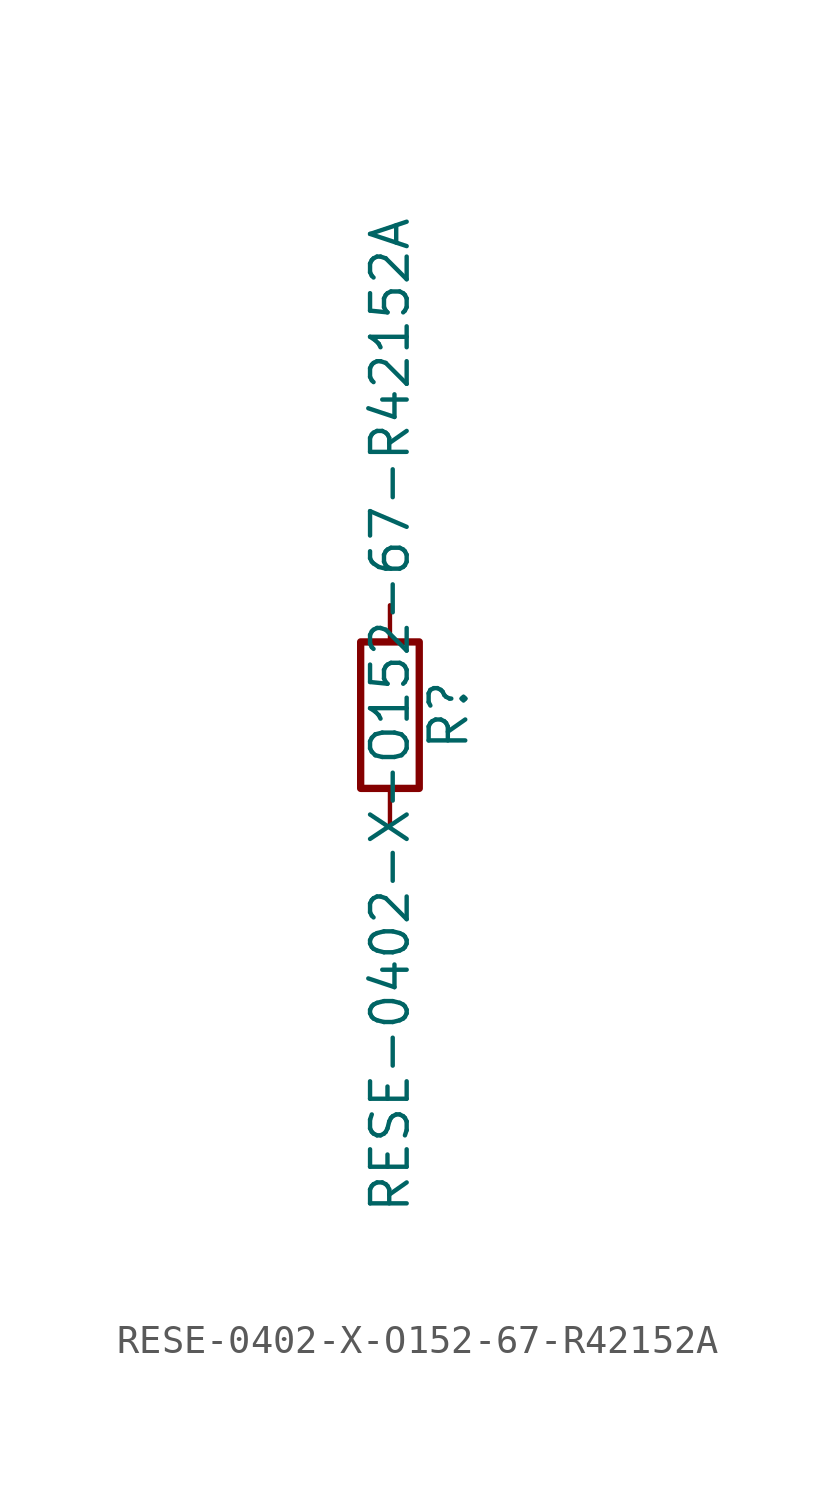
<source format=kicad_sym>
(kicad_symbol_lib
  (version 20211014)
  (generator kicad_symbol_editor)
  (symbol "RESE-0402-X-O152-67-R42152A"
    (pin_numbers hide)
    (pin_names
      (offset 0))
    (property "Reference" "R"
      (at 2.032 0 90)
      (effects (font (size 1.27 1.27))))
    (property "Value" "RESE-0402-X-O152-67-R42152A"
      (at 0 0 90)
      (effects (font (size 1.27 1.27))))
    (symbol "RESE-0402-X-O152-67-R42152A_0_1"
      (rectangle (start -1.016 -2.54) (end 1.016 2.54) (stroke (width 0.254) (type default) (color 0 0 0 0)) (fill (type none))))
    (symbol "RESE-0402-X-O152-67-R42152A_1_1"
      (pin passive line (at 0 3.81 270) (length 1.27) (name "~" (effects (font (size 1.27 1.27)))) (number "1" (effects (font (size 1.27 1.27)))))
      (pin passive line (at 0 -3.81 90) (length 1.27) (name "~" (effects (font (size 1.27 1.27)))) (number "2" (effects (font (size 1.27 1.27))))))))
</source>
